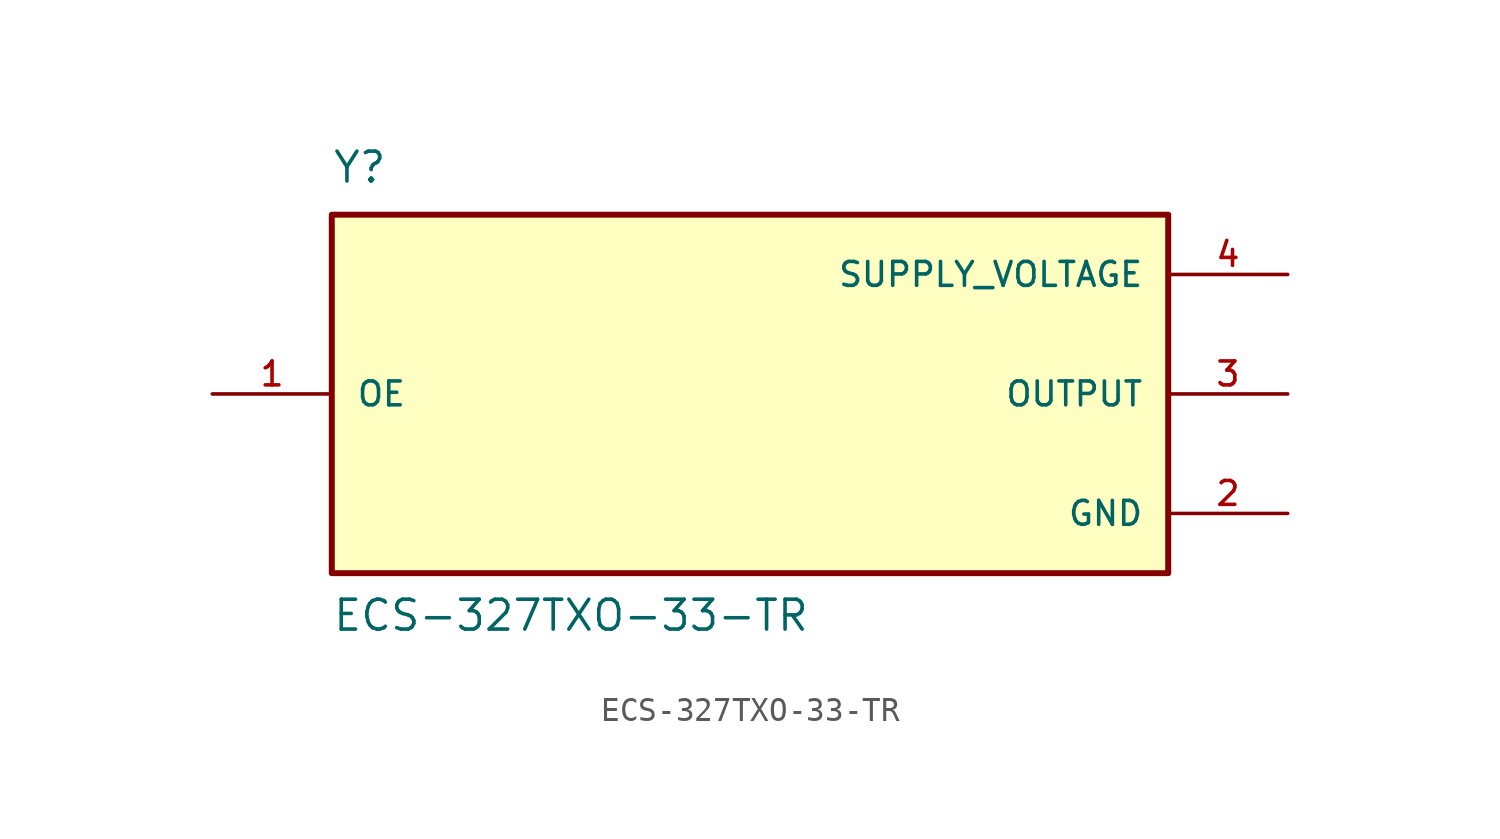
<source format=kicad_sym>
(kicad_symbol_lib
  (version 20211014)
  (generator kicad_symbol_editor)
  (symbol "ECS-327TXO-33-TR"
    (pin_names
      (offset 1.016))
    (property "Reference" "Y"
      (at -17.78 8.89 0)
      (effects (font (size 1.27 1.27)) (justify bottom left)))
    (property "Value" "ECS-327TXO-33-TR"
      (at -17.78 -10.16 0)
      (effects (font (size 1.27 1.27)) (justify bottom left)))
    (symbol "ECS-327TXO-33-TR_0_0"
      (rectangle (start -17.78 -7.62) (end 17.78 7.62) (stroke (width 0.254)) (fill (type background)))
      (pin input line (at -22.86 0.0 0) (length 5.08) (name "OE" (effects (font (size 1.016 1.016)))) (number "1" (effects (font (size 1.016 1.016)))))
      (pin output line (at 22.86 0.0 180.0) (length 5.08) (name "OUTPUT" (effects (font (size 1.016 1.016)))) (number "3" (effects (font (size 1.016 1.016)))))
      (pin power_in line (at 22.86 -5.08 180.0) (length 5.08) (name "GND" (effects (font (size 1.016 1.016)))) (number "2" (effects (font (size 1.016 1.016)))))
      (pin power_in line (at 22.86 5.08 180.0) (length 5.08) (name "SUPPLY_VOLTAGE" (effects (font (size 1.016 1.016)))) (number "4" (effects (font (size 1.016 1.016))))))))
</source>
